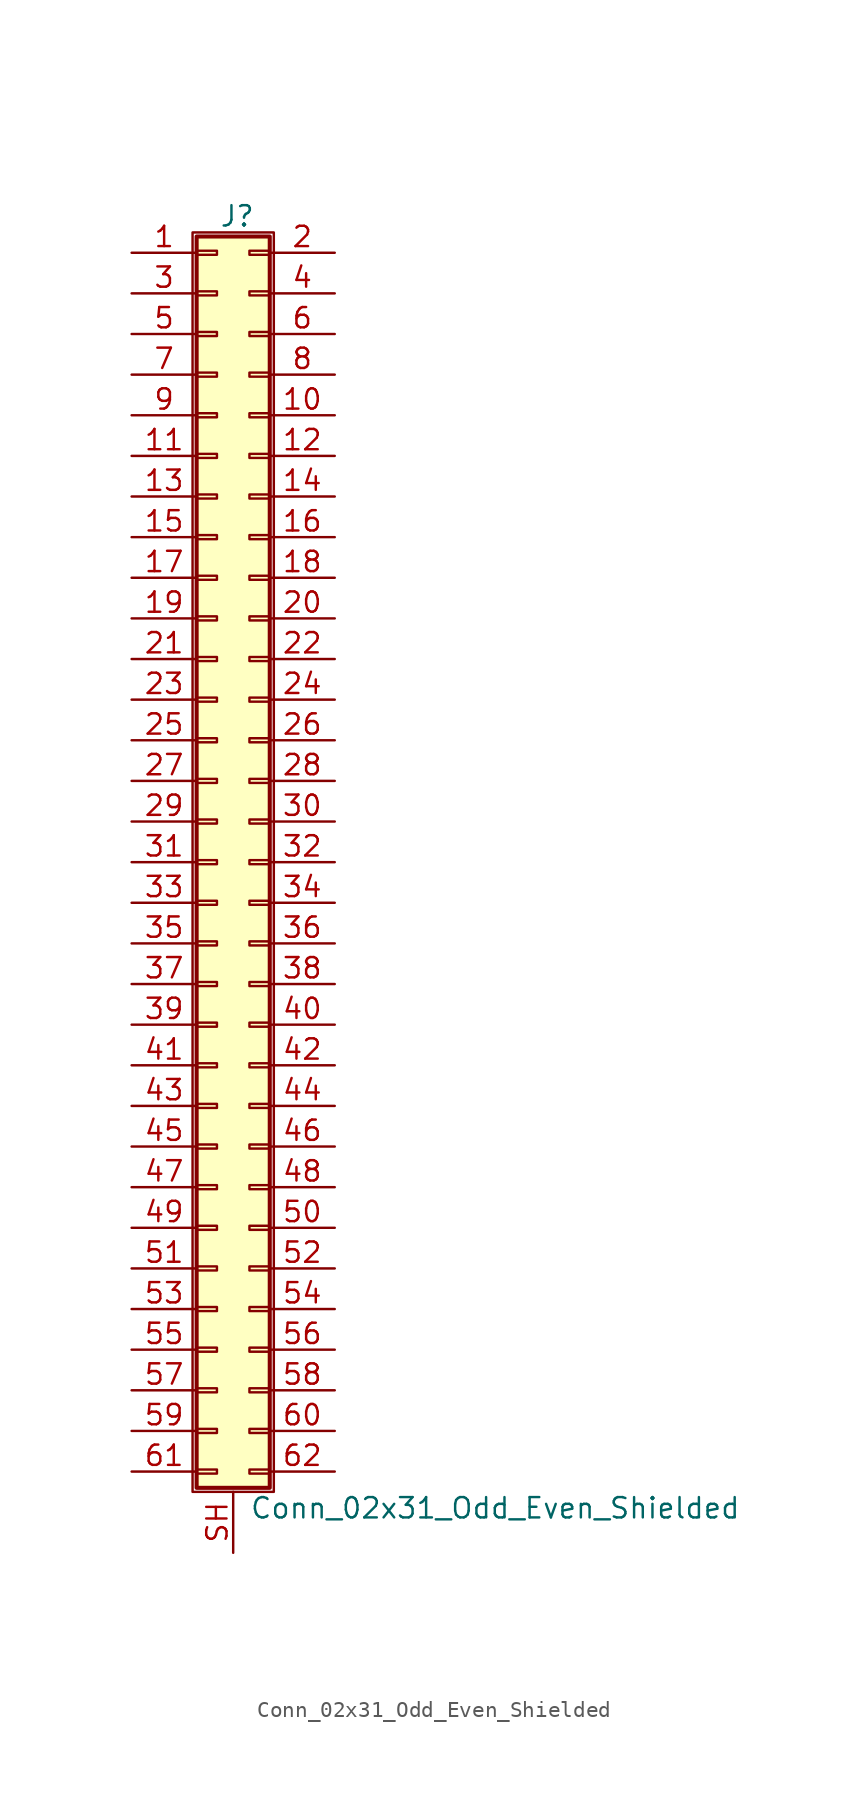
<source format=kicad_sym>
(kicad_symbol_lib
  (version 20201005)
  (generator kicad_symbol_editor)
  (symbol "Conn_02x31_Odd_Even_Shielded"
    (pin_names
      (offset 1.016) hide)
    (property "Reference" "J"
      (at 1.524 40.386 0)
      (effects (font (size 1.27 1.27))))
    (property "Value" "Conn_02x31_Odd_Even_Shielded"
      (at 2.286 -40.386 0)
      (effects (font (size 1.27 1.27)) (justify left)))
    (symbol "Conn_02x31_Odd_Even_Shielded_1_1"
      (rectangle (start -1.27 39.37) (end 3.81 -39.37) (stroke (width 0.152)) (fill (type none)))
      (rectangle (start -1.016 -37.973) (end 0.254 -38.227) (stroke (width 0.152)) (fill (type none)))
      (rectangle (start -1.016 -35.433) (end 0.254 -35.687) (stroke (width 0.152)) (fill (type none)))
      (rectangle (start -1.016 -32.893) (end 0.254 -33.147) (stroke (width 0.152)) (fill (type none)))
      (rectangle (start -1.016 -30.353) (end 0.254 -30.607) (stroke (width 0.152)) (fill (type none)))
      (rectangle (start -1.016 -27.813) (end 0.254 -28.067) (stroke (width 0.152)) (fill (type none)))
      (rectangle (start -1.016 -25.273) (end 0.254 -25.527) (stroke (width 0.152)) (fill (type none)))
      (rectangle (start -1.016 -22.733) (end 0.254 -22.987) (stroke (width 0.152)) (fill (type none)))
      (rectangle (start -1.016 -20.193) (end 0.254 -20.447) (stroke (width 0.152)) (fill (type none)))
      (rectangle (start -1.016 -17.653) (end 0.254 -17.907) (stroke (width 0.152)) (fill (type none)))
      (rectangle (start -1.016 -15.113) (end 0.254 -15.367) (stroke (width 0.152)) (fill (type none)))
      (rectangle (start -1.016 -12.573) (end 0.254 -12.827) (stroke (width 0.152)) (fill (type none)))
      (rectangle (start -1.016 -10.033) (end 0.254 -10.287) (stroke (width 0.152)) (fill (type none)))
      (rectangle (start -1.016 -7.493) (end 0.254 -7.747) (stroke (width 0.152)) (fill (type none)))
      (rectangle (start -1.016 -4.953) (end 0.254 -5.207) (stroke (width 0.152)) (fill (type none)))
      (rectangle (start -1.016 -2.413) (end 0.254 -2.667) (stroke (width 0.152)) (fill (type none)))
      (rectangle (start -1.016 0.127) (end 0.254 -0.127) (stroke (width 0.152)) (fill (type none)))
      (rectangle (start -1.016 2.667) (end 0.254 2.413) (stroke (width 0.152)) (fill (type none)))
      (rectangle (start -1.016 5.207) (end 0.254 4.953) (stroke (width 0.152)) (fill (type none)))
      (rectangle (start -1.016 7.747) (end 0.254 7.493) (stroke (width 0.152)) (fill (type none)))
      (rectangle (start -1.016 10.287) (end 0.254 10.033) (stroke (width 0.152)) (fill (type none)))
      (rectangle (start -1.016 12.827) (end 0.254 12.573) (stroke (width 0.152)) (fill (type none)))
      (rectangle (start -1.016 15.367) (end 0.254 15.113) (stroke (width 0.152)) (fill (type none)))
      (rectangle (start -1.016 17.907) (end 0.254 17.653) (stroke (width 0.152)) (fill (type none)))
      (rectangle (start -1.016 20.447) (end 0.254 20.193) (stroke (width 0.152)) (fill (type none)))
      (rectangle (start -1.016 22.987) (end 0.254 22.733) (stroke (width 0.152)) (fill (type none)))
      (rectangle (start -1.016 25.527) (end 0.254 25.273) (stroke (width 0.152)) (fill (type none)))
      (rectangle (start -1.016 28.067) (end 0.254 27.813) (stroke (width 0.152)) (fill (type none)))
      (rectangle (start -1.016 30.607) (end 0.254 30.353) (stroke (width 0.152)) (fill (type none)))
      (rectangle (start -1.016 33.147) (end 0.254 32.893) (stroke (width 0.152)) (fill (type none)))
      (rectangle (start -1.016 35.687) (end 0.254 35.433) (stroke (width 0.152)) (fill (type none)))
      (rectangle (start -1.016 38.227) (end 0.254 37.973) (stroke (width 0.152)) (fill (type none)))
      (rectangle (start -1.016 39.116) (end 3.556 -39.116) (stroke (width 0.254)) (fill (type background)))
      (rectangle (start 3.556 -37.973) (end 2.286 -38.227) (stroke (width 0.152)) (fill (type none)))
      (rectangle (start 3.556 -35.433) (end 2.286 -35.687) (stroke (width 0.152)) (fill (type none)))
      (rectangle (start 3.556 -32.893) (end 2.286 -33.147) (stroke (width 0.152)) (fill (type none)))
      (rectangle (start 3.556 -30.353) (end 2.286 -30.607) (stroke (width 0.152)) (fill (type none)))
      (rectangle (start 3.556 -27.813) (end 2.286 -28.067) (stroke (width 0.152)) (fill (type none)))
      (rectangle (start 3.556 -25.273) (end 2.286 -25.527) (stroke (width 0.152)) (fill (type none)))
      (rectangle (start 3.556 -22.733) (end 2.286 -22.987) (stroke (width 0.152)) (fill (type none)))
      (rectangle (start 3.556 -20.193) (end 2.286 -20.447) (stroke (width 0.152)) (fill (type none)))
      (rectangle (start 3.556 -17.653) (end 2.286 -17.907) (stroke (width 0.152)) (fill (type none)))
      (rectangle (start 3.556 -15.113) (end 2.286 -15.367) (stroke (width 0.152)) (fill (type none)))
      (rectangle (start 3.556 -12.573) (end 2.286 -12.827) (stroke (width 0.152)) (fill (type none)))
      (rectangle (start 3.556 -10.033) (end 2.286 -10.287) (stroke (width 0.152)) (fill (type none)))
      (rectangle (start 3.556 -7.493) (end 2.286 -7.747) (stroke (width 0.152)) (fill (type none)))
      (rectangle (start 3.556 -4.953) (end 2.286 -5.207) (stroke (width 0.152)) (fill (type none)))
      (rectangle (start 3.556 -2.413) (end 2.286 -2.667) (stroke (width 0.152)) (fill (type none)))
      (rectangle (start 3.556 0.127) (end 2.286 -0.127) (stroke (width 0.152)) (fill (type none)))
      (rectangle (start 3.556 2.667) (end 2.286 2.413) (stroke (width 0.152)) (fill (type none)))
      (rectangle (start 3.556 5.207) (end 2.286 4.953) (stroke (width 0.152)) (fill (type none)))
      (rectangle (start 3.556 7.747) (end 2.286 7.493) (stroke (width 0.152)) (fill (type none)))
      (rectangle (start 3.556 10.287) (end 2.286 10.033) (stroke (width 0.152)) (fill (type none)))
      (rectangle (start 3.556 12.827) (end 2.286 12.573) (stroke (width 0.152)) (fill (type none)))
      (rectangle (start 3.556 15.367) (end 2.286 15.113) (stroke (width 0.152)) (fill (type none)))
      (rectangle (start 3.556 17.907) (end 2.286 17.653) (stroke (width 0.152)) (fill (type none)))
      (rectangle (start 3.556 20.447) (end 2.286 20.193) (stroke (width 0.152)) (fill (type none)))
      (rectangle (start 3.556 22.987) (end 2.286 22.733) (stroke (width 0.152)) (fill (type none)))
      (rectangle (start 3.556 25.527) (end 2.286 25.273) (stroke (width 0.152)) (fill (type none)))
      (rectangle (start 3.556 28.067) (end 2.286 27.813) (stroke (width 0.152)) (fill (type none)))
      (rectangle (start 3.556 30.607) (end 2.286 30.353) (stroke (width 0.152)) (fill (type none)))
      (rectangle (start 3.556 33.147) (end 2.286 32.893) (stroke (width 0.152)) (fill (type none)))
      (rectangle (start 3.556 35.687) (end 2.286 35.433) (stroke (width 0.152)) (fill (type none)))
      (rectangle (start 3.556 38.227) (end 2.286 37.973) (stroke (width 0.152)) (fill (type none)))
      (pin passive line (at -5.08 38.1 0) (length 4.064) (name "Pin_1" (effects (font (size 1.27 1.27)))) (number "1" (effects (font (size 1.27 1.27)))))
      (pin passive line (at 7.62 27.94 180) (length 4.064) (name "Pin_10" (effects (font (size 1.27 1.27)))) (number "10" (effects (font (size 1.27 1.27)))))
      (pin passive line (at -5.08 25.4 0) (length 4.064) (name "Pin_11" (effects (font (size 1.27 1.27)))) (number "11" (effects (font (size 1.27 1.27)))))
      (pin passive line (at 7.62 25.4 180) (length 4.064) (name "Pin_12" (effects (font (size 1.27 1.27)))) (number "12" (effects (font (size 1.27 1.27)))))
      (pin passive line (at -5.08 22.86 0) (length 4.064) (name "Pin_13" (effects (font (size 1.27 1.27)))) (number "13" (effects (font (size 1.27 1.27)))))
      (pin passive line (at 7.62 22.86 180) (length 4.064) (name "Pin_14" (effects (font (size 1.27 1.27)))) (number "14" (effects (font (size 1.27 1.27)))))
      (pin passive line (at -5.08 20.32 0) (length 4.064) (name "Pin_15" (effects (font (size 1.27 1.27)))) (number "15" (effects (font (size 1.27 1.27)))))
      (pin passive line (at 7.62 20.32 180) (length 4.064) (name "Pin_16" (effects (font (size 1.27 1.27)))) (number "16" (effects (font (size 1.27 1.27)))))
      (pin passive line (at -5.08 17.78 0) (length 4.064) (name "Pin_17" (effects (font (size 1.27 1.27)))) (number "17" (effects (font (size 1.27 1.27)))))
      (pin passive line (at 7.62 17.78 180) (length 4.064) (name "Pin_18" (effects (font (size 1.27 1.27)))) (number "18" (effects (font (size 1.27 1.27)))))
      (pin passive line (at -5.08 15.24 0) (length 4.064) (name "Pin_19" (effects (font (size 1.27 1.27)))) (number "19" (effects (font (size 1.27 1.27)))))
      (pin passive line (at 7.62 38.1 180) (length 4.064) (name "Pin_2" (effects (font (size 1.27 1.27)))) (number "2" (effects (font (size 1.27 1.27)))))
      (pin passive line (at 7.62 15.24 180) (length 4.064) (name "Pin_20" (effects (font (size 1.27 1.27)))) (number "20" (effects (font (size 1.27 1.27)))))
      (pin passive line (at -5.08 12.7 0) (length 4.064) (name "Pin_21" (effects (font (size 1.27 1.27)))) (number "21" (effects (font (size 1.27 1.27)))))
      (pin passive line (at 7.62 12.7 180) (length 4.064) (name "Pin_22" (effects (font (size 1.27 1.27)))) (number "22" (effects (font (size 1.27 1.27)))))
      (pin passive line (at -5.08 10.16 0) (length 4.064) (name "Pin_23" (effects (font (size 1.27 1.27)))) (number "23" (effects (font (size 1.27 1.27)))))
      (pin passive line (at 7.62 10.16 180) (length 4.064) (name "Pin_24" (effects (font (size 1.27 1.27)))) (number "24" (effects (font (size 1.27 1.27)))))
      (pin passive line (at -5.08 7.62 0) (length 4.064) (name "Pin_25" (effects (font (size 1.27 1.27)))) (number "25" (effects (font (size 1.27 1.27)))))
      (pin passive line (at 7.62 7.62 180) (length 4.064) (name "Pin_26" (effects (font (size 1.27 1.27)))) (number "26" (effects (font (size 1.27 1.27)))))
      (pin passive line (at -5.08 5.08 0) (length 4.064) (name "Pin_27" (effects (font (size 1.27 1.27)))) (number "27" (effects (font (size 1.27 1.27)))))
      (pin passive line (at 7.62 5.08 180) (length 4.064) (name "Pin_28" (effects (font (size 1.27 1.27)))) (number "28" (effects (font (size 1.27 1.27)))))
      (pin passive line (at -5.08 2.54 0) (length 4.064) (name "Pin_29" (effects (font (size 1.27 1.27)))) (number "29" (effects (font (size 1.27 1.27)))))
      (pin passive line (at -5.08 35.56 0) (length 4.064) (name "Pin_3" (effects (font (size 1.27 1.27)))) (number "3" (effects (font (size 1.27 1.27)))))
      (pin passive line (at 7.62 2.54 180) (length 4.064) (name "Pin_30" (effects (font (size 1.27 1.27)))) (number "30" (effects (font (size 1.27 1.27)))))
      (pin passive line (at -5.08 0 0) (length 4.064) (name "Pin_31" (effects (font (size 1.27 1.27)))) (number "31" (effects (font (size 1.27 1.27)))))
      (pin passive line (at 7.62 0 180) (length 4.064) (name "Pin_32" (effects (font (size 1.27 1.27)))) (number "32" (effects (font (size 1.27 1.27)))))
      (pin passive line (at -5.08 -2.54 0) (length 4.064) (name "Pin_33" (effects (font (size 1.27 1.27)))) (number "33" (effects (font (size 1.27 1.27)))))
      (pin passive line (at 7.62 -2.54 180) (length 4.064) (name "Pin_34" (effects (font (size 1.27 1.27)))) (number "34" (effects (font (size 1.27 1.27)))))
      (pin passive line (at -5.08 -5.08 0) (length 4.064) (name "Pin_35" (effects (font (size 1.27 1.27)))) (number "35" (effects (font (size 1.27 1.27)))))
      (pin passive line (at 7.62 -5.08 180) (length 4.064) (name "Pin_36" (effects (font (size 1.27 1.27)))) (number "36" (effects (font (size 1.27 1.27)))))
      (pin passive line (at -5.08 -7.62 0) (length 4.064) (name "Pin_37" (effects (font (size 1.27 1.27)))) (number "37" (effects (font (size 1.27 1.27)))))
      (pin passive line (at 7.62 -7.62 180) (length 4.064) (name "Pin_38" (effects (font (size 1.27 1.27)))) (number "38" (effects (font (size 1.27 1.27)))))
      (pin passive line (at -5.08 -10.16 0) (length 4.064) (name "Pin_39" (effects (font (size 1.27 1.27)))) (number "39" (effects (font (size 1.27 1.27)))))
      (pin passive line (at 7.62 35.56 180) (length 4.064) (name "Pin_4" (effects (font (size 1.27 1.27)))) (number "4" (effects (font (size 1.27 1.27)))))
      (pin passive line (at 7.62 -10.16 180) (length 4.064) (name "Pin_40" (effects (font (size 1.27 1.27)))) (number "40" (effects (font (size 1.27 1.27)))))
      (pin passive line (at -5.08 -12.7 0) (length 4.064) (name "Pin_41" (effects (font (size 1.27 1.27)))) (number "41" (effects (font (size 1.27 1.27)))))
      (pin passive line (at 7.62 -12.7 180) (length 4.064) (name "Pin_42" (effects (font (size 1.27 1.27)))) (number "42" (effects (font (size 1.27 1.27)))))
      (pin passive line (at -5.08 -15.24 0) (length 4.064) (name "Pin_43" (effects (font (size 1.27 1.27)))) (number "43" (effects (font (size 1.27 1.27)))))
      (pin passive line (at 7.62 -15.24 180) (length 4.064) (name "Pin_44" (effects (font (size 1.27 1.27)))) (number "44" (effects (font (size 1.27 1.27)))))
      (pin passive line (at -5.08 -17.78 0) (length 4.064) (name "Pin_45" (effects (font (size 1.27 1.27)))) (number "45" (effects (font (size 1.27 1.27)))))
      (pin passive line (at 7.62 -17.78 180) (length 4.064) (name "Pin_46" (effects (font (size 1.27 1.27)))) (number "46" (effects (font (size 1.27 1.27)))))
      (pin passive line (at -5.08 -20.32 0) (length 4.064) (name "Pin_47" (effects (font (size 1.27 1.27)))) (number "47" (effects (font (size 1.27 1.27)))))
      (pin passive line (at 7.62 -20.32 180) (length 4.064) (name "Pin_48" (effects (font (size 1.27 1.27)))) (number "48" (effects (font (size 1.27 1.27)))))
      (pin passive line (at -5.08 -22.86 0) (length 4.064) (name "Pin_49" (effects (font (size 1.27 1.27)))) (number "49" (effects (font (size 1.27 1.27)))))
      (pin passive line (at -5.08 33.02 0) (length 4.064) (name "Pin_5" (effects (font (size 1.27 1.27)))) (number "5" (effects (font (size 1.27 1.27)))))
      (pin passive line (at 7.62 -22.86 180) (length 4.064) (name "Pin_50" (effects (font (size 1.27 1.27)))) (number "50" (effects (font (size 1.27 1.27)))))
      (pin passive line (at -5.08 -25.4 0) (length 4.064) (name "Pin_51" (effects (font (size 1.27 1.27)))) (number "51" (effects (font (size 1.27 1.27)))))
      (pin passive line (at 7.62 -25.4 180) (length 4.064) (name "Pin_52" (effects (font (size 1.27 1.27)))) (number "52" (effects (font (size 1.27 1.27)))))
      (pin passive line (at -5.08 -27.94 0) (length 4.064) (name "Pin_53" (effects (font (size 1.27 1.27)))) (number "53" (effects (font (size 1.27 1.27)))))
      (pin passive line (at 7.62 -27.94 180) (length 4.064) (name "Pin_54" (effects (font (size 1.27 1.27)))) (number "54" (effects (font (size 1.27 1.27)))))
      (pin passive line (at -5.08 -30.48 0) (length 4.064) (name "Pin_55" (effects (font (size 1.27 1.27)))) (number "55" (effects (font (size 1.27 1.27)))))
      (pin passive line (at 7.62 -30.48 180) (length 4.064) (name "Pin_56" (effects (font (size 1.27 1.27)))) (number "56" (effects (font (size 1.27 1.27)))))
      (pin passive line (at -5.08 -33.02 0) (length 4.064) (name "Pin_57" (effects (font (size 1.27 1.27)))) (number "57" (effects (font (size 1.27 1.27)))))
      (pin passive line (at 7.62 -33.02 180) (length 4.064) (name "Pin_58" (effects (font (size 1.27 1.27)))) (number "58" (effects (font (size 1.27 1.27)))))
      (pin passive line (at -5.08 -35.56 0) (length 4.064) (name "Pin_59" (effects (font (size 1.27 1.27)))) (number "59" (effects (font (size 1.27 1.27)))))
      (pin passive line (at 7.62 33.02 180) (length 4.064) (name "Pin_6" (effects (font (size 1.27 1.27)))) (number "6" (effects (font (size 1.27 1.27)))))
      (pin passive line (at 7.62 -35.56 180) (length 4.064) (name "Pin_60" (effects (font (size 1.27 1.27)))) (number "60" (effects (font (size 1.27 1.27)))))
      (pin passive line (at -5.08 -38.1 0) (length 4.064) (name "Pin_61" (effects (font (size 1.27 1.27)))) (number "61" (effects (font (size 1.27 1.27)))))
      (pin passive line (at 7.62 -38.1 180) (length 4.064) (name "Pin_62" (effects (font (size 1.27 1.27)))) (number "62" (effects (font (size 1.27 1.27)))))
      (pin passive line (at -5.08 30.48 0) (length 4.064) (name "Pin_7" (effects (font (size 1.27 1.27)))) (number "7" (effects (font (size 1.27 1.27)))))
      (pin passive line (at 7.62 30.48 180) (length 4.064) (name "Pin_8" (effects (font (size 1.27 1.27)))) (number "8" (effects (font (size 1.27 1.27)))))
      (pin passive line (at -5.08 27.94 0) (length 4.064) (name "Pin_9" (effects (font (size 1.27 1.27)))) (number "9" (effects (font (size 1.27 1.27)))))
      (pin passive line (at 1.27 -43.18 90) (length 3.81) (name "Shield" (effects (font (size 1.27 1.27)))) (number "SH" (effects (font (size 1.27 1.27))))))))
</source>
